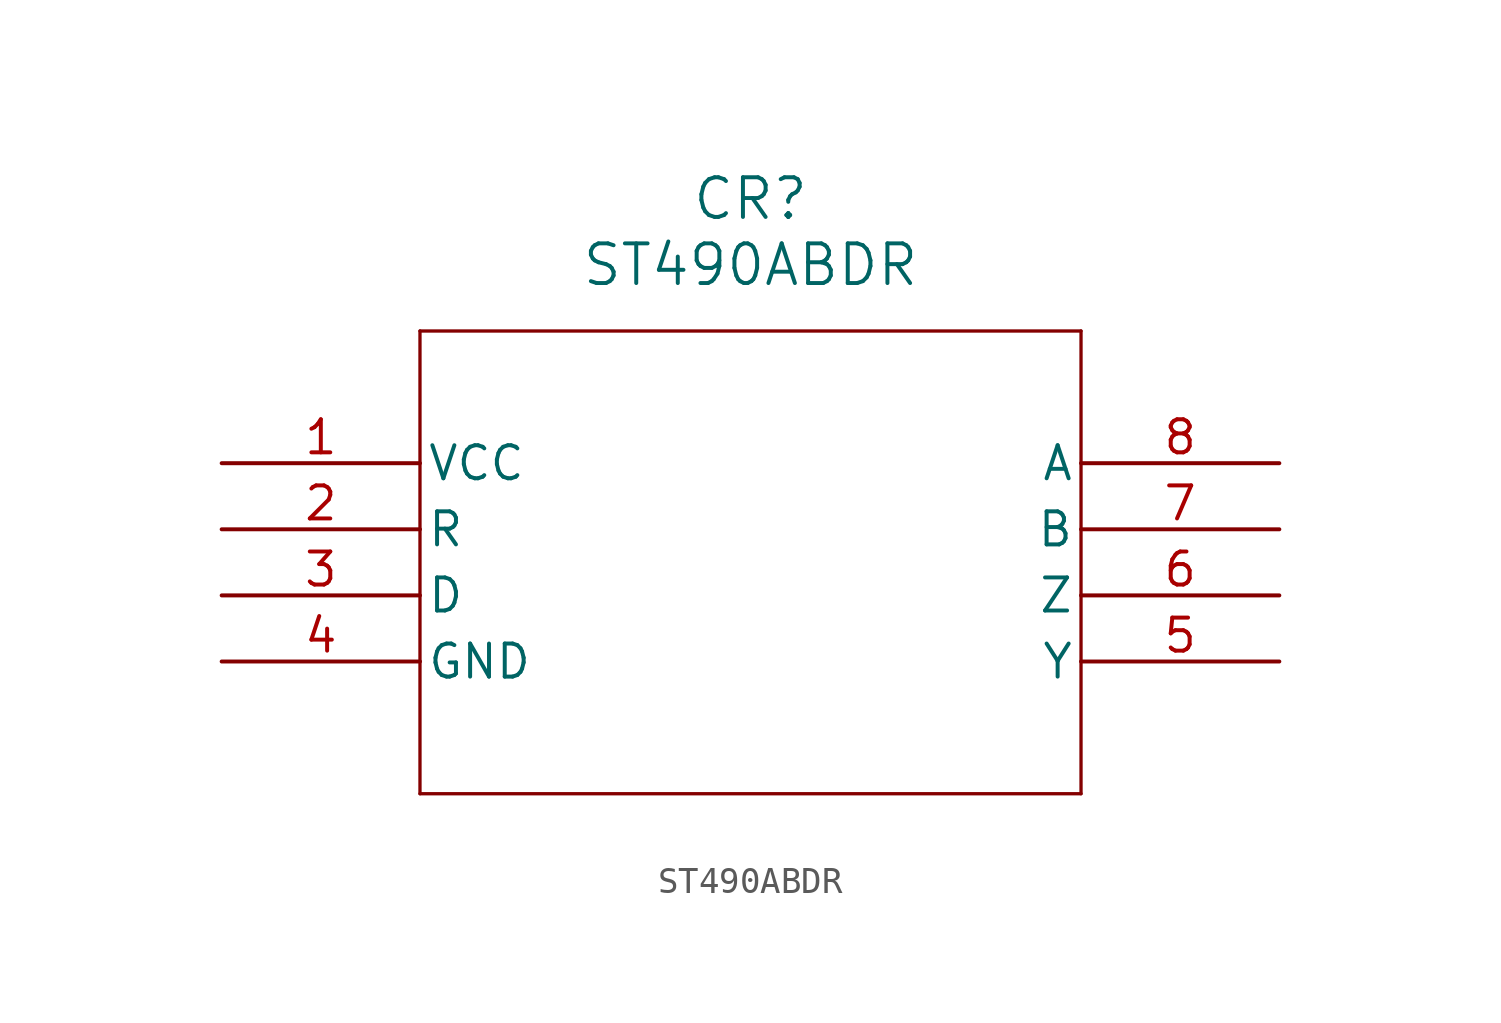
<source format=kicad_sym>
(kicad_symbol_lib
  (version 20241209)
  (generator "kicad_symbol_editor")
  (generator_version "9.0")
  (symbol "ST490ABDR"
    (pin_names
      (offset 0.254))
    (property "Reference" "CR"
      (at 20.32 10.16 0)
      (effects (font (size 1.524 1.524))))
    (property "Value" "ST490ABDR"
      (at 20.32 7.62 0)
      (effects (font (size 1.524 1.524))))
    (symbol "ST490ABDR_0_1"
      (polyline (pts (xy 7.62 5.08) (xy 7.62 -12.7)) (stroke (width 0.127) (type default)) (fill (type none)))
      (polyline (pts (xy 7.62 -12.7) (xy 33.02 -12.7)) (stroke (width 0.127) (type default)) (fill (type none)))
      (polyline (pts (xy 33.02 5.08) (xy 7.62 5.08)) (stroke (width 0.127) (type default)) (fill (type none)))
      (polyline (pts (xy 33.02 -12.7) (xy 33.02 5.08)) (stroke (width 0.127) (type default)) (fill (type none)))
      (pin power_in line (at 0 0 0) (length 7.62) (name "VCC" (effects (font (size 1.27 1.27)))) (number "1" (effects (font (size 1.27 1.27)))))
      (pin output line (at 0 -2.54 0) (length 7.62) (name "R" (effects (font (size 1.27 1.27)))) (number "2" (effects (font (size 1.27 1.27)))))
      (pin input line (at 0 -5.08 0) (length 7.62) (name "D" (effects (font (size 1.27 1.27)))) (number "3" (effects (font (size 1.27 1.27)))))
      (pin power_in line (at 0 -7.62 0) (length 7.62) (name "GND" (effects (font (size 1.27 1.27)))) (number "4" (effects (font (size 1.27 1.27)))))
      (pin input line (at 40.64 0 180) (length 7.62) (name "A" (effects (font (size 1.27 1.27)))) (number "8" (effects (font (size 1.27 1.27)))))
      (pin input line (at 40.64 -2.54 180) (length 7.62) (name "B" (effects (font (size 1.27 1.27)))) (number "7" (effects (font (size 1.27 1.27)))))
      (pin output line (at 40.64 -5.08 180) (length 7.62) (name "Z" (effects (font (size 1.27 1.27)))) (number "6" (effects (font (size 1.27 1.27)))))
      (pin output line (at 40.64 -7.62 180) (length 7.62) (name "Y" (effects (font (size 1.27 1.27)))) (number "5" (effects (font (size 1.27 1.27))))))))
</source>
